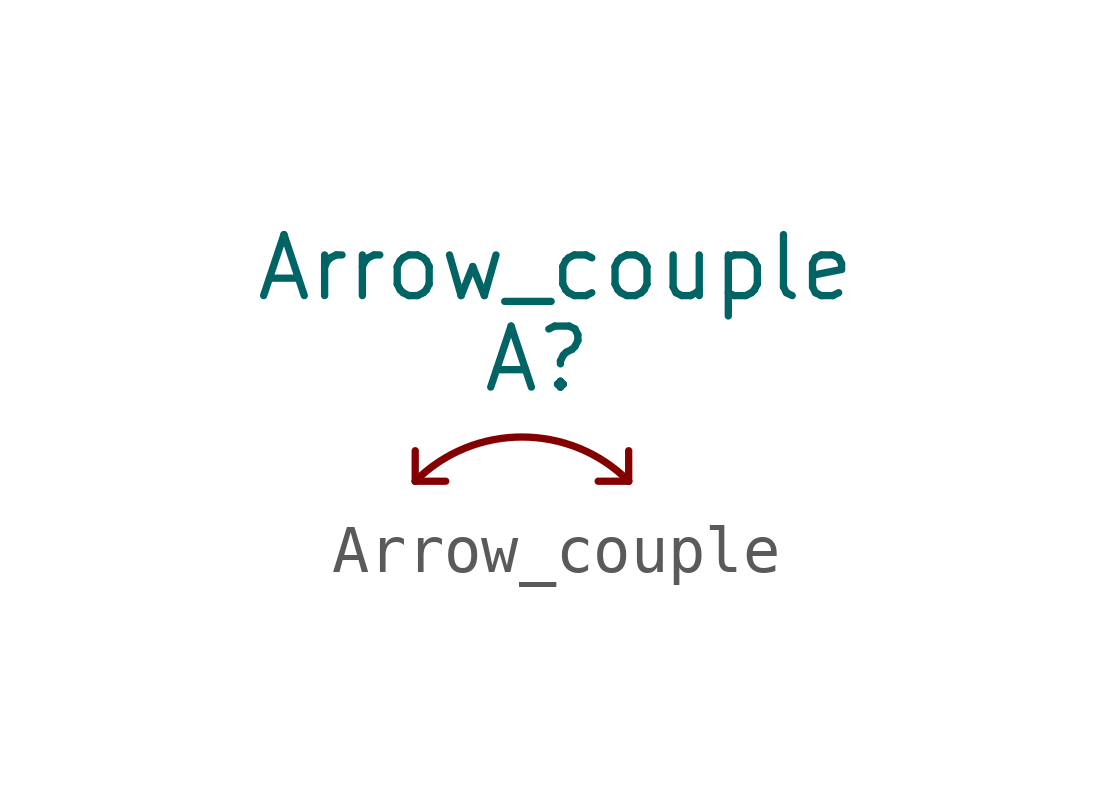
<source format=kicad_sym>
(kicad_symbol_lib
  (version 20220914)
  (generator kicad_symbol_editor)
  (symbol "Arrow_couple"
    (property "Reference" "A"
      (at 0.254 0 0)
      (effects (font (size 1.27 1.27))))
    (property "Value" "Arrow_couple"
      (at 0.635 1.905 0)
      (effects (font (size 1.27 1.27))))
    (symbol "Arrow_couple_0_1"
      (polyline (pts (xy -2.286 -2.54) (xy -2.286 -1.905)) (stroke (width 0.152) (type default)) (fill (type none)))
      (polyline (pts (xy -2.286 -2.54) (xy -1.651 -2.54)) (stroke (width 0.152) (type default)) (fill (type none)))
      (polyline (pts (xy 2.159 -2.54) (xy 1.524 -2.54)) (stroke (width 0.152) (type default)) (fill (type none)))
      (polyline (pts (xy 2.159 -2.54) (xy 2.159 -1.905)) (stroke (width 0.152) (type default)) (fill (type none)))
      (arc (start 2.159 -2.54) (mid -0.0635 -1.6194) (end -2.286 -2.54) (stroke (width 0.1524) (type default)) (fill (type none))))))
</source>
